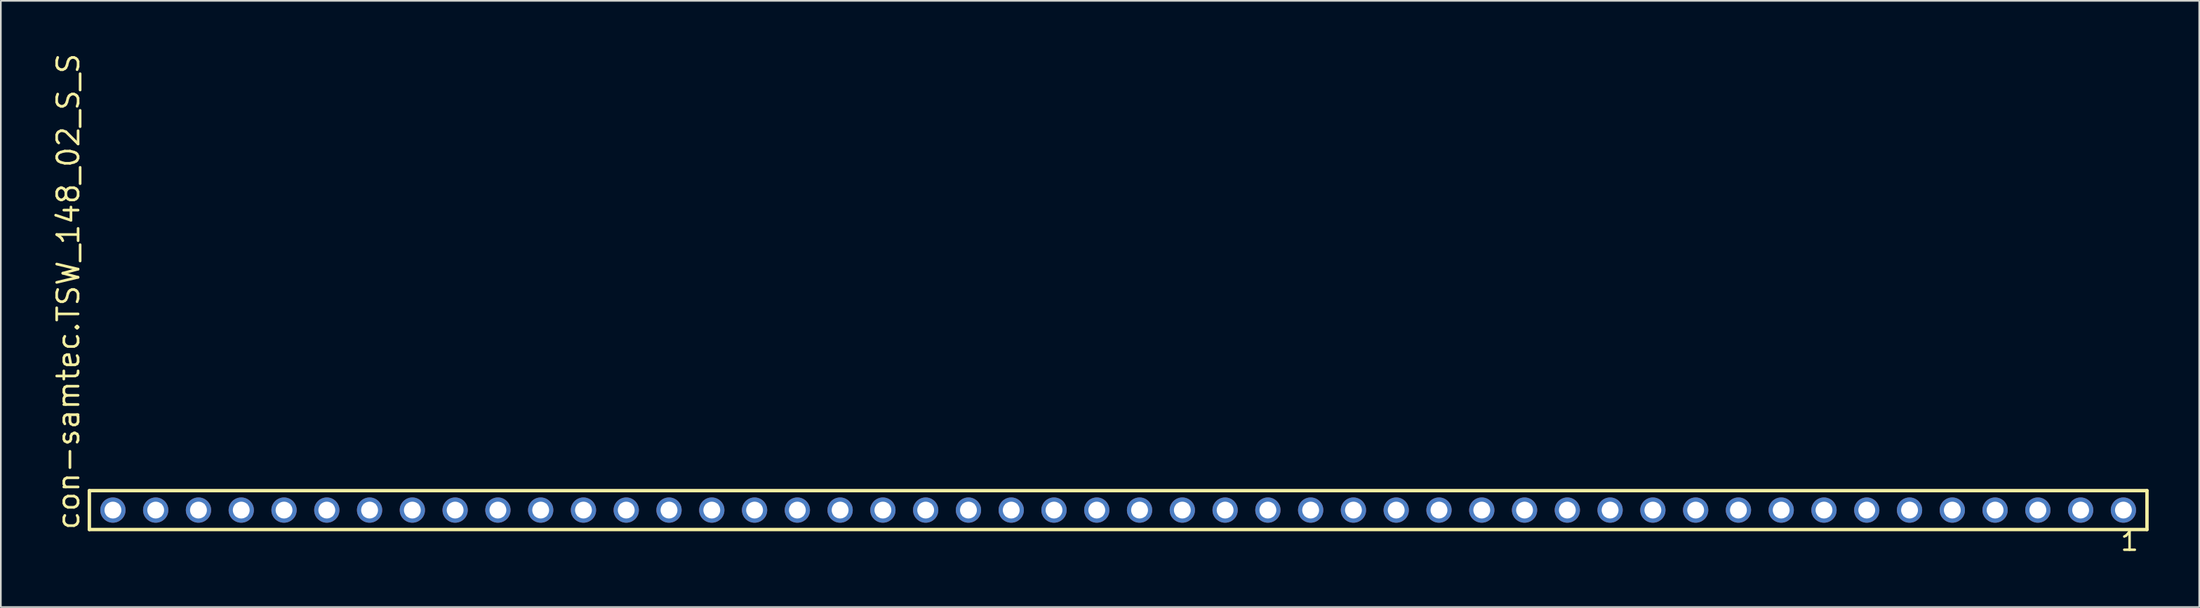
<source format=kicad_pcb>
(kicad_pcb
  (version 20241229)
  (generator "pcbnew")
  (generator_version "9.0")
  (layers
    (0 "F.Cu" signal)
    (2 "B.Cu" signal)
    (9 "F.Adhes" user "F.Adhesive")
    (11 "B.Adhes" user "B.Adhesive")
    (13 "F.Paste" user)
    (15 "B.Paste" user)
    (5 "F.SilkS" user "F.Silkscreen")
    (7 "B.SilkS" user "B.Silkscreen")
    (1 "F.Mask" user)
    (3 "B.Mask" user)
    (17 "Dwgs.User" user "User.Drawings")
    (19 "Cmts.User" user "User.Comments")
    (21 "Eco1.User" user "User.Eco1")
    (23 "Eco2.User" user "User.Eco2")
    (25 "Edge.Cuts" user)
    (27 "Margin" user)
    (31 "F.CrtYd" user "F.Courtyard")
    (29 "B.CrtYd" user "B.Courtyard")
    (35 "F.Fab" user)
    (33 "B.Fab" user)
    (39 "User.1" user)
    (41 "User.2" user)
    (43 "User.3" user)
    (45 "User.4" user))
  (footprint "con-samtec.TSW_148_02_S_S"
    (layer "F.Cu")
    (at 63.345 27.259)
    (property "Reference" "con-samtec.TSW_148_02_S_S" (at -61.595 1.27 90) (layer "F.SilkS") (effects (font (size 1.27 1.27) (thickness 0.16)) (justify left bottom)))
    (attr through_hole)
    (fp_line (start -61.089 -1.155) (end 61.089 -1.155) (stroke (width 0.203) (type default)) (layer "F.SilkS"))
    (fp_line (start -61.089 1.155) (end -61.089 -1.155) (stroke (width 0.203) (type default)) (layer "F.SilkS"))
    (fp_line (start 61.089 -1.155) (end 61.089 1.155) (stroke (width 0.203) (type default)) (layer "F.SilkS"))
    (fp_line (start 61.089 1.155) (end -61.089 1.155) (stroke (width 0.203) (type default)) (layer "F.SilkS"))
    (fp_rect (start -60.04 0.35) (end -59.34 -0.35) (stroke (width 0.05) (type default)) (fill no) (layer "F.Fab"))
    (fp_rect (start -57.5 0.35) (end -56.8 -0.35) (stroke (width 0.05) (type default)) (fill no) (layer "F.Fab"))
    (fp_rect (start -54.96 0.35) (end -54.26 -0.35) (stroke (width 0.05) (type default)) (fill no) (layer "F.Fab"))
    (fp_rect (start -52.42 0.35) (end -51.72 -0.35) (stroke (width 0.05) (type default)) (fill no) (layer "F.Fab"))
    (fp_rect (start -49.88 0.35) (end -49.18 -0.35) (stroke (width 0.05) (type default)) (fill no) (layer "F.Fab"))
    (fp_rect (start -47.34 0.35) (end -46.64 -0.35) (stroke (width 0.05) (type default)) (fill no) (layer "F.Fab"))
    (fp_rect (start -44.8 0.35) (end -44.1 -0.35) (stroke (width 0.05) (type default)) (fill no) (layer "F.Fab"))
    (fp_rect (start -42.26 0.35) (end -41.56 -0.35) (stroke (width 0.05) (type default)) (fill no) (layer "F.Fab"))
    (fp_rect (start -39.72 0.35) (end -39.02 -0.35) (stroke (width 0.05) (type default)) (fill no) (layer "F.Fab"))
    (fp_rect (start -37.18 0.35) (end -36.48 -0.35) (stroke (width 0.05) (type default)) (fill no) (layer "F.Fab"))
    (fp_rect (start -34.64 0.35) (end -33.94 -0.35) (stroke (width 0.05) (type default)) (fill no) (layer "F.Fab"))
    (fp_rect (start -32.1 0.35) (end -31.4 -0.35) (stroke (width 0.05) (type default)) (fill no) (layer "F.Fab"))
    (fp_rect (start -29.56 0.35) (end -28.86 -0.35) (stroke (width 0.05) (type default)) (fill no) (layer "F.Fab"))
    (fp_rect (start -27.02 0.35) (end -26.32 -0.35) (stroke (width 0.05) (type default)) (fill no) (layer "F.Fab"))
    (fp_rect (start -24.48 0.35) (end -23.78 -0.35) (stroke (width 0.05) (type default)) (fill no) (layer "F.Fab"))
    (fp_rect (start -21.94 0.35) (end -21.24 -0.35) (stroke (width 0.05) (type default)) (fill no) (layer "F.Fab"))
    (fp_rect (start -19.4 0.35) (end -18.7 -0.35) (stroke (width 0.05) (type default)) (fill no) (layer "F.Fab"))
    (fp_rect (start -16.86 0.35) (end -16.16 -0.35) (stroke (width 0.05) (type default)) (fill no) (layer "F.Fab"))
    (fp_rect (start -14.32 0.35) (end -13.62 -0.35) (stroke (width 0.05) (type default)) (fill no) (layer "F.Fab"))
    (fp_rect (start -11.78 0.35) (end -11.08 -0.35) (stroke (width 0.05) (type default)) (fill no) (layer "F.Fab"))
    (fp_rect (start -9.24 0.35) (end -8.54 -0.35) (stroke (width 0.05) (type default)) (fill no) (layer "F.Fab"))
    (fp_rect (start -6.7 0.35) (end -6 -0.35) (stroke (width 0.05) (type default)) (fill no) (layer "F.Fab"))
    (fp_rect (start -4.16 0.35) (end -3.46 -0.35) (stroke (width 0.05) (type default)) (fill no) (layer "F.Fab"))
    (fp_rect (start -1.62 0.35) (end -0.92 -0.35) (stroke (width 0.05) (type default)) (fill no) (layer "F.Fab"))
    (fp_rect (start 0.92 0.35) (end 1.62 -0.35) (stroke (width 0.05) (type default)) (fill no) (layer "F.Fab"))
    (fp_rect (start 3.46 0.35) (end 4.16 -0.35) (stroke (width 0.05) (type default)) (fill no) (layer "F.Fab"))
    (fp_rect (start 6 0.35) (end 6.7 -0.35) (stroke (width 0.05) (type default)) (fill no) (layer "F.Fab"))
    (fp_rect (start 8.54 0.35) (end 9.24 -0.35) (stroke (width 0.05) (type default)) (fill no) (layer "F.Fab"))
    (fp_rect (start 11.08 0.35) (end 11.78 -0.35) (stroke (width 0.05) (type default)) (fill no) (layer "F.Fab"))
    (fp_rect (start 13.62 0.35) (end 14.32 -0.35) (stroke (width 0.05) (type default)) (fill no) (layer "F.Fab"))
    (fp_rect (start 16.16 0.35) (end 16.86 -0.35) (stroke (width 0.05) (type default)) (fill no) (layer "F.Fab"))
    (fp_rect (start 18.7 0.35) (end 19.4 -0.35) (stroke (width 0.05) (type default)) (fill no) (layer "F.Fab"))
    (fp_rect (start 21.24 0.35) (end 21.94 -0.35) (stroke (width 0.05) (type default)) (fill no) (layer "F.Fab"))
    (fp_rect (start 23.78 0.35) (end 24.48 -0.35) (stroke (width 0.05) (type default)) (fill no) (layer "F.Fab"))
    (fp_rect (start 26.32 0.35) (end 27.02 -0.35) (stroke (width 0.05) (type default)) (fill no) (layer "F.Fab"))
    (fp_rect (start 28.86 0.35) (end 29.56 -0.35) (stroke (width 0.05) (type default)) (fill no) (layer "F.Fab"))
    (fp_rect (start 31.4 0.35) (end 32.1 -0.35) (stroke (width 0.05) (type default)) (fill no) (layer "F.Fab"))
    (fp_rect (start 33.94 0.35) (end 34.64 -0.35) (stroke (width 0.05) (type default)) (fill no) (layer "F.Fab"))
    (fp_rect (start 36.48 0.35) (end 37.18 -0.35) (stroke (width 0.05) (type default)) (fill no) (layer "F.Fab"))
    (fp_rect (start 39.02 0.35) (end 39.72 -0.35) (stroke (width 0.05) (type default)) (fill no) (layer "F.Fab"))
    (fp_rect (start 41.56 0.35) (end 42.26 -0.35) (stroke (width 0.05) (type default)) (fill no) (layer "F.Fab"))
    (fp_rect (start 44.1 0.35) (end 44.8 -0.35) (stroke (width 0.05) (type default)) (fill no) (layer "F.Fab"))
    (fp_rect (start 46.64 0.35) (end 47.34 -0.35) (stroke (width 0.05) (type default)) (fill no) (layer "F.Fab"))
    (fp_rect (start 49.18 0.35) (end 49.88 -0.35) (stroke (width 0.05) (type default)) (fill no) (layer "F.Fab"))
    (fp_rect (start 51.72 0.35) (end 52.42 -0.35) (stroke (width 0.05) (type default)) (fill no) (layer "F.Fab"))
    (fp_rect (start 54.26 0.35) (end 54.96 -0.35) (stroke (width 0.05) (type default)) (fill no) (layer "F.Fab"))
    (fp_rect (start 56.8 0.35) (end 57.5 -0.35) (stroke (width 0.05) (type default)) (fill no) (layer "F.Fab"))
    (fp_rect (start 59.34 0.35) (end 60.04 -0.35) (stroke (width 0.05) (type default)) (fill no) (layer "F.Fab"))
    (fp_text user "1" (at 59.432 2.498 0) (layer "F.SilkS") (effects (font (size 1.1 1.1) (thickness 0.15)) (justify left bottom)))
    (pad "1" thru_hole circle (at 59.69 0 180) (size 1.5 1.5) (drill 1) (layers "*.Cu" "*.Mask"))
    (pad "2" thru_hole circle (at 57.15 0 180) (size 1.5 1.5) (drill 1) (layers "*.Cu" "*.Mask"))
    (pad "3" thru_hole circle (at 54.61 0 180) (size 1.5 1.5) (drill 1) (layers "*.Cu" "*.Mask"))
    (pad "4" thru_hole circle (at 52.07 0 180) (size 1.5 1.5) (drill 1) (layers "*.Cu" "*.Mask"))
    (pad "5" thru_hole circle (at 49.53 0 180) (size 1.5 1.5) (drill 1) (layers "*.Cu" "*.Mask"))
    (pad "6" thru_hole circle (at 46.99 0 180) (size 1.5 1.5) (drill 1) (layers "*.Cu" "*.Mask"))
    (pad "7" thru_hole circle (at 44.45 0 180) (size 1.5 1.5) (drill 1) (layers "*.Cu" "*.Mask"))
    (pad "8" thru_hole circle (at 41.91 0 180) (size 1.5 1.5) (drill 1) (layers "*.Cu" "*.Mask"))
    (pad "9" thru_hole circle (at 39.37 0 180) (size 1.5 1.5) (drill 1) (layers "*.Cu" "*.Mask"))
    (pad "10" thru_hole circle (at 36.83 0 180) (size 1.5 1.5) (drill 1) (layers "*.Cu" "*.Mask"))
    (pad "11" thru_hole circle (at 34.29 0 180) (size 1.5 1.5) (drill 1) (layers "*.Cu" "*.Mask"))
    (pad "12" thru_hole circle (at 31.75 0 180) (size 1.5 1.5) (drill 1) (layers "*.Cu" "*.Mask"))
    (pad "13" thru_hole circle (at 29.21 0 180) (size 1.5 1.5) (drill 1) (layers "*.Cu" "*.Mask"))
    (pad "14" thru_hole circle (at 26.67 0 180) (size 1.5 1.5) (drill 1) (layers "*.Cu" "*.Mask"))
    (pad "15" thru_hole circle (at 24.13 0 180) (size 1.5 1.5) (drill 1) (layers "*.Cu" "*.Mask"))
    (pad "16" thru_hole circle (at 21.59 0 180) (size 1.5 1.5) (drill 1) (layers "*.Cu" "*.Mask"))
    (pad "17" thru_hole circle (at 19.05 0 180) (size 1.5 1.5) (drill 1) (layers "*.Cu" "*.Mask"))
    (pad "18" thru_hole circle (at 16.51 0 180) (size 1.5 1.5) (drill 1) (layers "*.Cu" "*.Mask"))
    (pad "19" thru_hole circle (at 13.97 0 180) (size 1.5 1.5) (drill 1) (layers "*.Cu" "*.Mask"))
    (pad "20" thru_hole circle (at 11.43 0 180) (size 1.5 1.5) (drill 1) (layers "*.Cu" "*.Mask"))
    (pad "21" thru_hole circle (at 8.89 0 180) (size 1.5 1.5) (drill 1) (layers "*.Cu" "*.Mask"))
    (pad "22" thru_hole circle (at 6.35 0 180) (size 1.5 1.5) (drill 1) (layers "*.Cu" "*.Mask"))
    (pad "23" thru_hole circle (at 3.81 0 180) (size 1.5 1.5) (drill 1) (layers "*.Cu" "*.Mask"))
    (pad "24" thru_hole circle (at 1.27 0 180) (size 1.5 1.5) (drill 1) (layers "*.Cu" "*.Mask"))
    (pad "25" thru_hole circle (at -1.27 0 180) (size 1.5 1.5) (drill 1) (layers "*.Cu" "*.Mask"))
    (pad "26" thru_hole circle (at -3.81 0 180) (size 1.5 1.5) (drill 1) (layers "*.Cu" "*.Mask"))
    (pad "27" thru_hole circle (at -6.35 0 180) (size 1.5 1.5) (drill 1) (layers "*.Cu" "*.Mask"))
    (pad "28" thru_hole circle (at -8.89 0 180) (size 1.5 1.5) (drill 1) (layers "*.Cu" "*.Mask"))
    (pad "29" thru_hole circle (at -11.43 0 180) (size 1.5 1.5) (drill 1) (layers "*.Cu" "*.Mask"))
    (pad "30" thru_hole circle (at -13.97 0 180) (size 1.5 1.5) (drill 1) (layers "*.Cu" "*.Mask"))
    (pad "31" thru_hole circle (at -16.51 0 180) (size 1.5 1.5) (drill 1) (layers "*.Cu" "*.Mask"))
    (pad "32" thru_hole circle (at -19.05 0 180) (size 1.5 1.5) (drill 1) (layers "*.Cu" "*.Mask"))
    (pad "33" thru_hole circle (at -21.59 0 180) (size 1.5 1.5) (drill 1) (layers "*.Cu" "*.Mask"))
    (pad "34" thru_hole circle (at -24.13 0 180) (size 1.5 1.5) (drill 1) (layers "*.Cu" "*.Mask"))
    (pad "35" thru_hole circle (at -26.67 0 180) (size 1.5 1.5) (drill 1) (layers "*.Cu" "*.Mask"))
    (pad "36" thru_hole circle (at -29.21 0 180) (size 1.5 1.5) (drill 1) (layers "*.Cu" "*.Mask"))
    (pad "37" thru_hole circle (at -31.75 0 180) (size 1.5 1.5) (drill 1) (layers "*.Cu" "*.Mask"))
    (pad "38" thru_hole circle (at -34.29 0 180) (size 1.5 1.5) (drill 1) (layers "*.Cu" "*.Mask"))
    (pad "39" thru_hole circle (at -36.83 0 180) (size 1.5 1.5) (drill 1) (layers "*.Cu" "*.Mask"))
    (pad "40" thru_hole circle (at -39.37 0 180) (size 1.5 1.5) (drill 1) (layers "*.Cu" "*.Mask"))
    (pad "41" thru_hole circle (at -41.91 0 180) (size 1.5 1.5) (drill 1) (layers "*.Cu" "*.Mask"))
    (pad "42" thru_hole circle (at -44.45 0 180) (size 1.5 1.5) (drill 1) (layers "*.Cu" "*.Mask"))
    (pad "43" thru_hole circle (at -46.99 0 180) (size 1.5 1.5) (drill 1) (layers "*.Cu" "*.Mask"))
    (pad "44" thru_hole circle (at -49.53 0 180) (size 1.5 1.5) (drill 1) (layers "*.Cu" "*.Mask"))
    (pad "45" thru_hole circle (at -52.07 0 180) (size 1.5 1.5) (drill 1) (layers "*.Cu" "*.Mask"))
    (pad "46" thru_hole circle (at -54.61 0 180) (size 1.5 1.5) (drill 1) (layers "*.Cu" "*.Mask"))
    (pad "47" thru_hole circle (at -57.15 0 180) (size 1.5 1.5) (drill 1) (layers "*.Cu" "*.Mask"))
    (pad "48" thru_hole circle (at -59.69 0 180) (size 1.5 1.5) (drill 1) (layers "*.Cu" "*.Mask")))
  (gr_rect
    (start -3 -3)
    (end 127.536 33.02)
    (stroke (width 0.1) (type default))
    (fill no)
    (layer "Edge.Cuts")))
</source>
